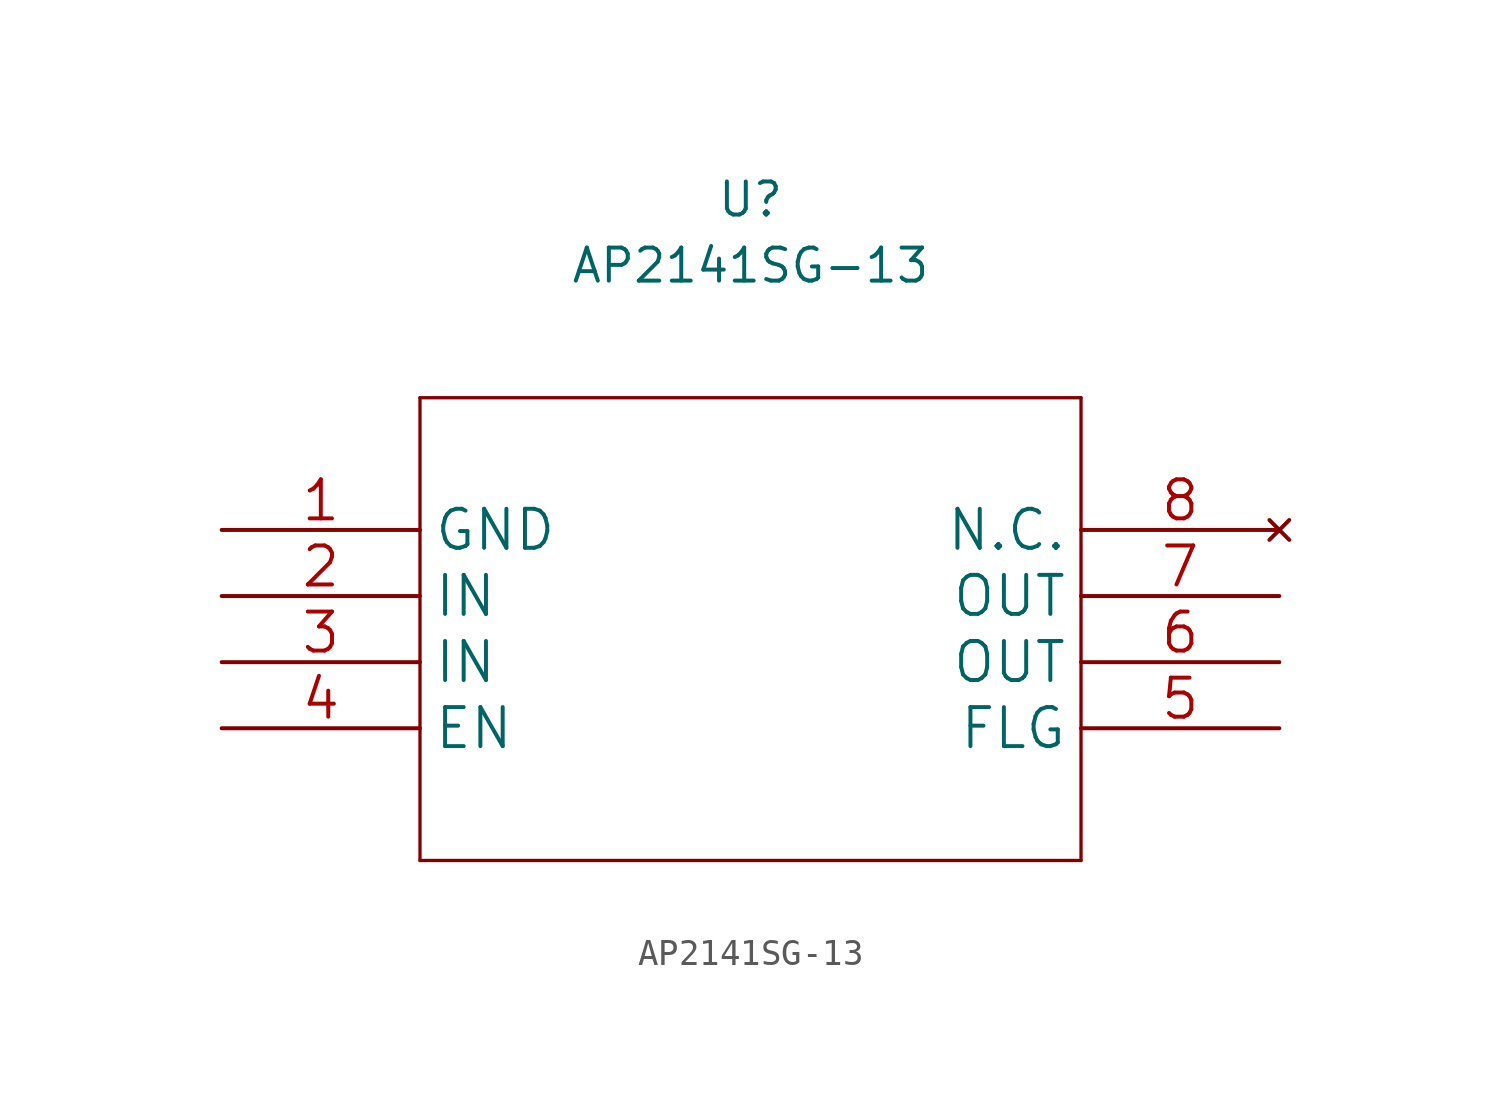
<source format=kicad_sym>
(kicad_symbol_lib
  (version 20211014)
  (generator kicad_symbol_editor)
  (symbol "AP2141SG-13"
    (property "Reference" "U"
      (at 0 16.51 0)
      (effects (font (size 1.27 1.27))))
    (property "Value" "AP2141SG-13"
      (at 0 13.97 0)
      (effects (font (size 1.27 1.27))))
    (symbol "AP2141SG-13_1_1"
      (polyline (pts (xy -12.7 -8.89) (xy 12.7 -8.89)) (stroke (width 0.127) (type default) (color 0 0 0 0)) (fill (type none)))
      (polyline (pts (xy -12.7 8.89) (xy -12.7 -8.89)) (stroke (width 0.127) (type default) (color 0 0 0 0)) (fill (type none)))
      (polyline (pts (xy 12.7 -8.89) (xy 12.7 8.89)) (stroke (width 0.127) (type default) (color 0 0 0 0)) (fill (type none)))
      (polyline (pts (xy 12.7 8.89) (xy -12.7 8.89)) (stroke (width 0.127) (type default) (color 0 0 0 0)) (fill (type none)))
      (pin power_in line (at -20.32 3.81 0) (length 7.62) (name "GND" (effects (font (size 1.499 1.499)))) (number "1" (effects (font (size 1.499 1.499)))))
      (pin power_in line (at -20.32 1.27 0) (length 7.62) (name "IN" (effects (font (size 1.499 1.499)))) (number "2" (effects (font (size 1.499 1.499)))))
      (pin power_in line (at -20.32 -1.27 0) (length 7.62) (name "IN" (effects (font (size 1.499 1.499)))) (number "3" (effects (font (size 1.499 1.499)))))
      (pin input line (at -20.32 -3.81 0) (length 7.62) (name "EN" (effects (font (size 1.499 1.499)))) (number "4" (effects (font (size 1.499 1.499)))))
      (pin output line (at 20.32 -3.81 180) (length 7.62) (name "FLG" (effects (font (size 1.499 1.499)))) (number "5" (effects (font (size 1.499 1.499)))))
      (pin power_out line (at 20.32 -1.27 180) (length 7.62) (name "OUT" (effects (font (size 1.499 1.499)))) (number "6" (effects (font (size 1.499 1.499)))))
      (pin power_out line (at 20.32 1.27 180) (length 7.62) (name "OUT" (effects (font (size 1.499 1.499)))) (number "7" (effects (font (size 1.499 1.499)))))
      (pin no_connect line (at 20.32 3.81 180) (length 7.62) (name "N.C." (effects (font (size 1.499 1.499)))) (number "8" (effects (font (size 1.499 1.499))))))))
</source>
